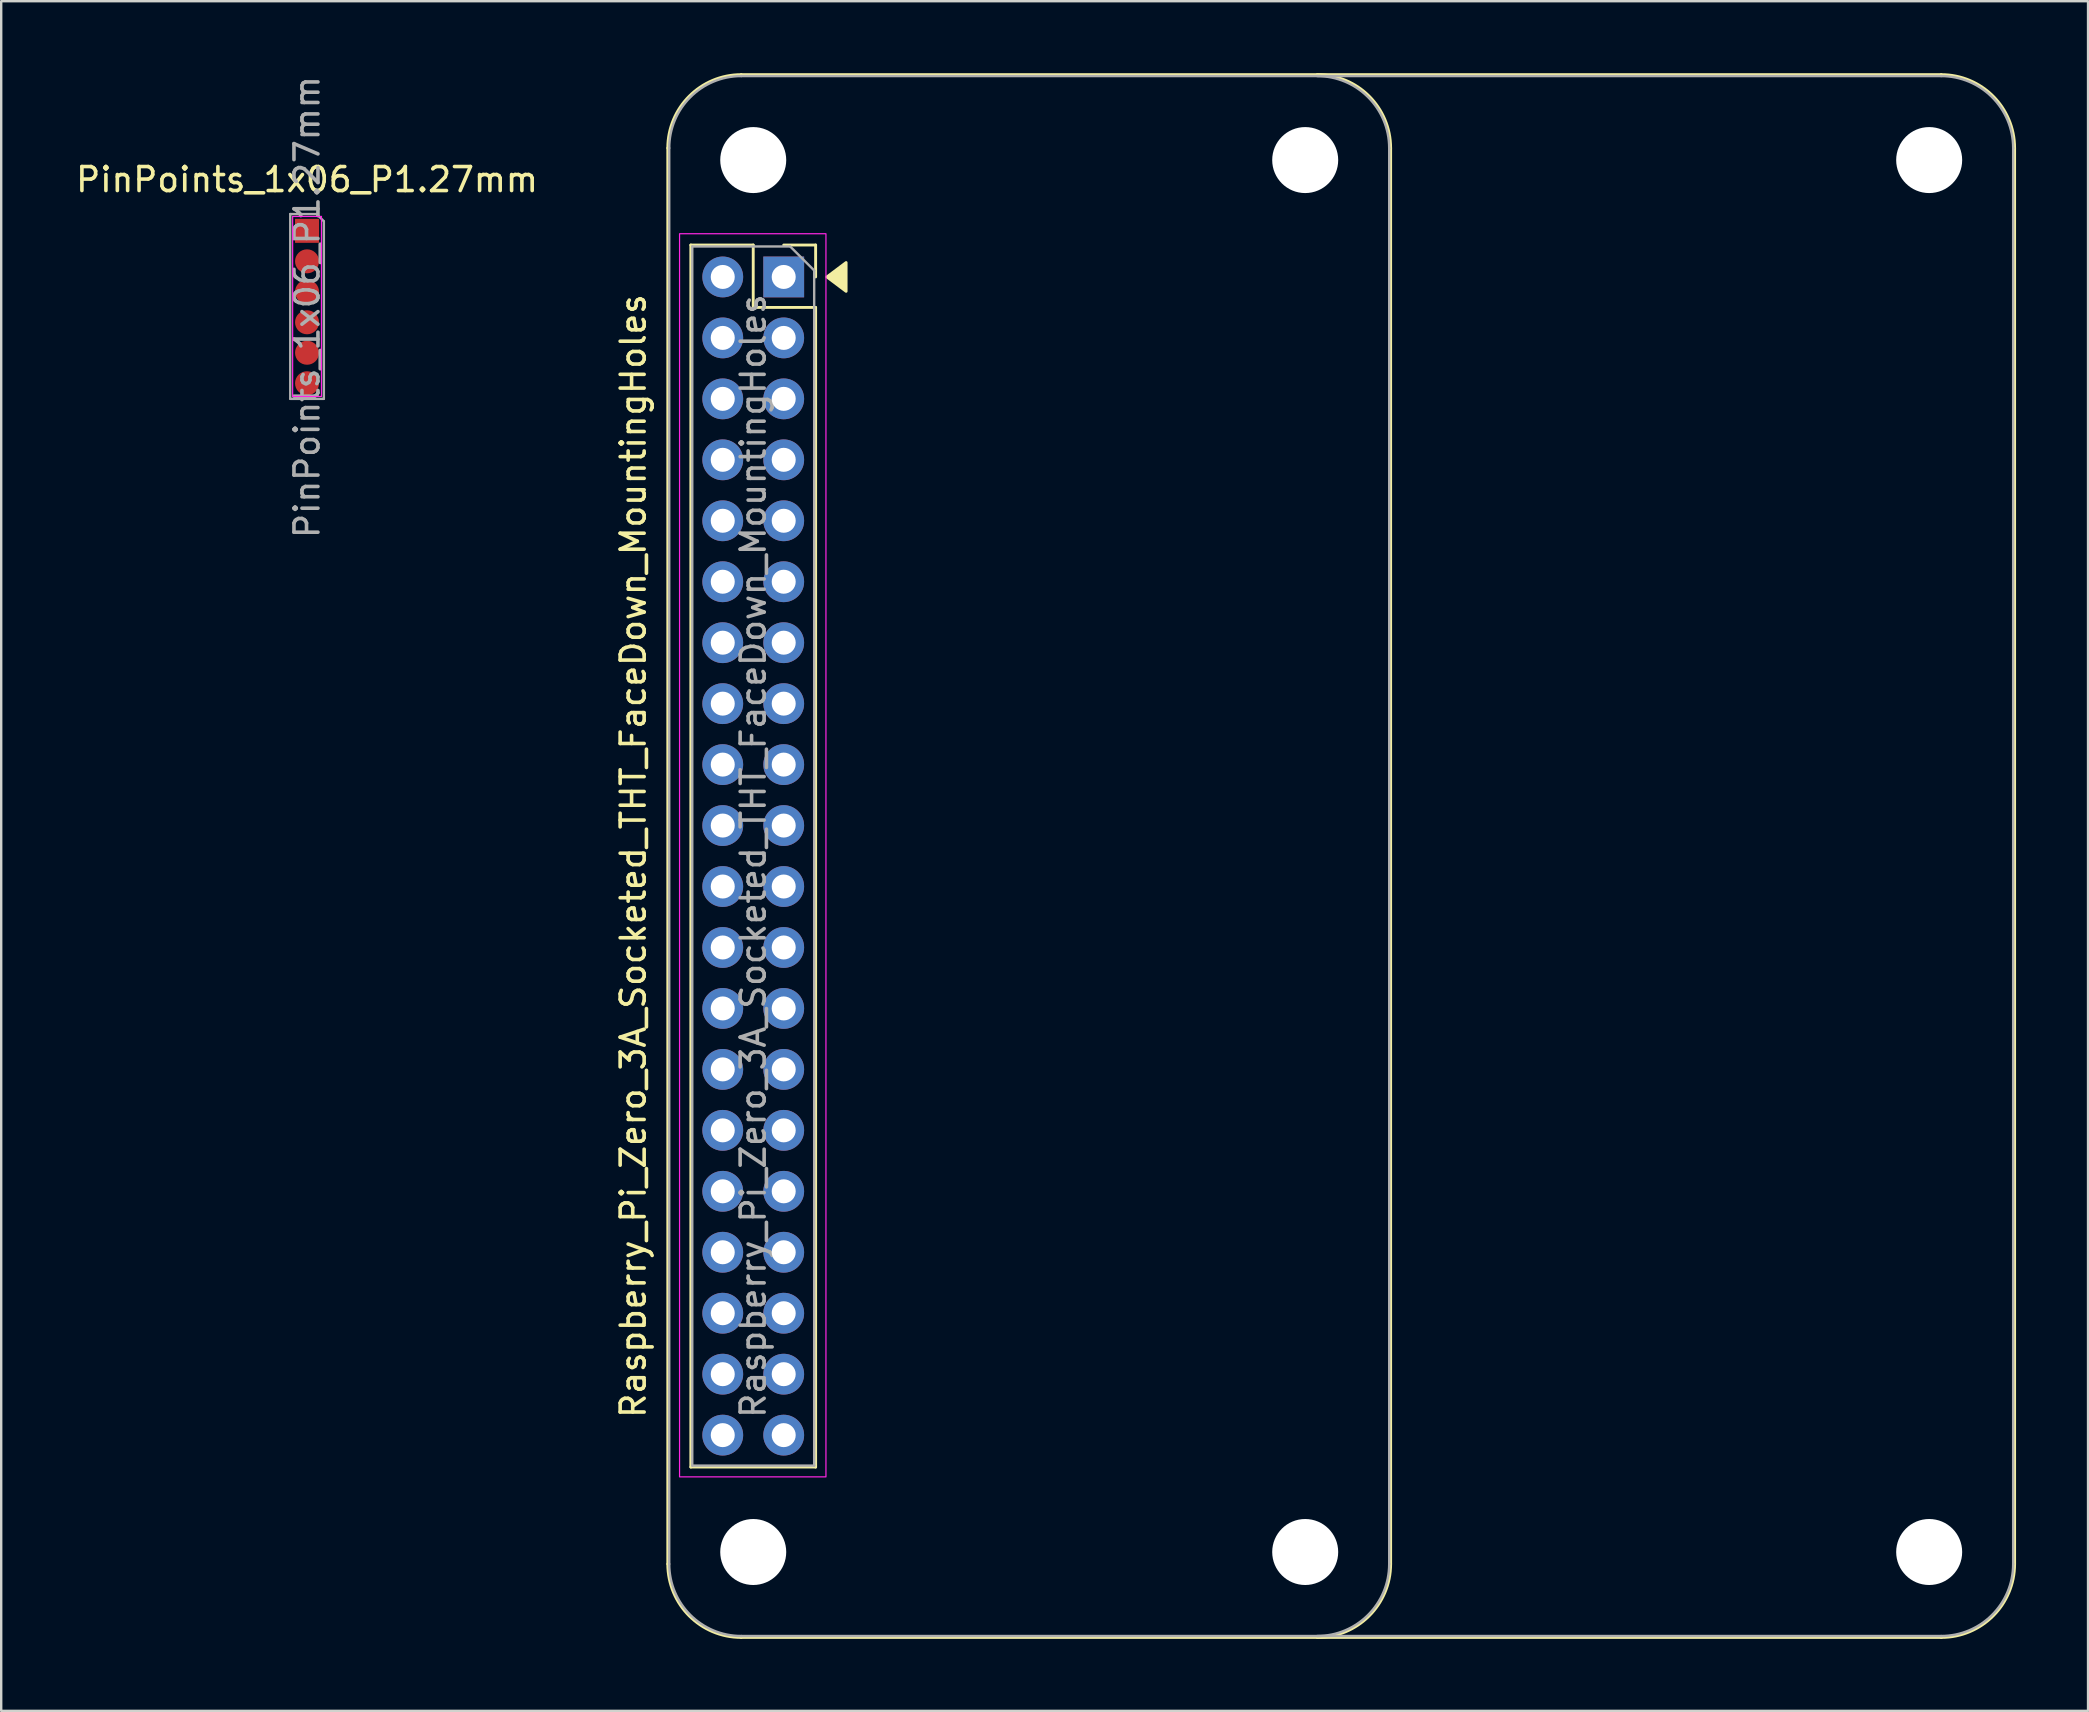
<source format=kicad_pcb>
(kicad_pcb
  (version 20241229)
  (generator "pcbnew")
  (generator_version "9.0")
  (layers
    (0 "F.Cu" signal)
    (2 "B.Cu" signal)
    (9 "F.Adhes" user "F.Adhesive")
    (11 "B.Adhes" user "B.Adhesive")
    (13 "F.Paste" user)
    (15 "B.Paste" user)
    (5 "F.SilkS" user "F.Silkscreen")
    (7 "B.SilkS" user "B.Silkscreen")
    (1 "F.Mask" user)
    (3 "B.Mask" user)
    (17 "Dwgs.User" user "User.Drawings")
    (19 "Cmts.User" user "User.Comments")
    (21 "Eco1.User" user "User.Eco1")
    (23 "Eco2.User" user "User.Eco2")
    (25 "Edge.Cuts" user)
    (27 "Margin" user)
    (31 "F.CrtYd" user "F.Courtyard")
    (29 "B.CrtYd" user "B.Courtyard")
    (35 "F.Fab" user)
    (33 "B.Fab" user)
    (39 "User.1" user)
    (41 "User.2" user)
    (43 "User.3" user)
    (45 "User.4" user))
  (footprint "Raspberry_Pi_Zero_3A_Socketed_THT_FaceDown_MountingHoles"
    (layer "F.Cu")
    (at 29.606 8.49)
    (property "Reference" "Raspberry_Pi_Zero_3A_Socketed_THT_FaceDown_MountingHoles" (at -6.27 24.13 90) (layer "F.SilkS") (effects (font (size 1 1) (thickness 0.15))))
    (attr through_hole)
    (fp_line (start -4.83 53.63) (end -4.83 -5.37) (stroke (width 0.12) (type solid)) (layer "F.SilkS"))
    (fp_line (start -3.87 -1.33) (end -3.87 49.59) (stroke (width 0.12) (type solid)) (layer "F.SilkS"))
    (fp_line (start -3.87 -1.33) (end -1.27 -1.33) (stroke (width 0.12) (type solid)) (layer "F.SilkS"))
    (fp_line (start -3.87 49.59) (end 1.33 49.59) (stroke (width 0.12) (type solid)) (layer "F.SilkS"))
    (fp_line (start -1.77 -8.43) (end 48.23 -8.43) (stroke (width 0.12) (type solid)) (layer "F.SilkS"))
    (fp_line (start -1.27 -1.33) (end -1.27 1.27) (stroke (width 0.12) (type solid)) (layer "F.SilkS"))
    (fp_line (start -1.27 1.27) (end 1.33 1.27) (stroke (width 0.12) (type solid)) (layer "F.SilkS"))
    (fp_line (start 0 -1.33) (end 1.33 -1.33) (stroke (width 0.12) (type solid)) (layer "F.SilkS"))
    (fp_line (start 1.33 -1.33) (end 1.33 0) (stroke (width 0.12) (type solid)) (layer "F.SilkS"))
    (fp_line (start 1.33 1.27) (end 1.33 49.59) (stroke (width 0.12) (type solid)) (layer "F.SilkS"))
    (fp_line (start 25.29 53.63) (end 25.29 -5.37) (stroke (width 0.12) (type solid)) (layer "F.SilkS"))
    (fp_line (start 48.23 56.69) (end -1.77 56.69) (stroke (width 0.12) (type solid)) (layer "F.SilkS"))
    (fp_line (start 51.29 53.63) (end 51.29 -5.37) (stroke (width 0.12) (type solid)) (layer "F.SilkS"))
    (fp_arc (start -4.83 -5.37) (mid -3.933747 -7.533747) (end -1.77 -8.43) (stroke (width 0.12) (type solid)) (layer "F.SilkS"))
    (fp_arc (start -1.77 56.69) (mid -3.933747 55.793747) (end -4.83 53.63) (stroke (width 0.12) (type solid)) (layer "F.SilkS"))
    (fp_arc (start 22.23 -8.43) (mid 24.393747 -7.533747) (end 25.29 -5.37) (stroke (width 0.12) (type solid)) (layer "F.SilkS"))
    (fp_arc (start 25.29 53.63) (mid 24.393747 55.793747) (end 22.23 56.69) (stroke (width 0.12) (type solid)) (layer "F.SilkS"))
    (fp_arc (start 48.23 -8.43) (mid 50.393747 -7.533747) (end 51.29 -5.37) (stroke (width 0.12) (type solid)) (layer "F.SilkS"))
    (fp_arc (start 51.29 53.63) (mid 50.393747 55.793747) (end 48.23 56.69) (stroke (width 0.12) (type solid)) (layer "F.SilkS"))
    (fp_poly (pts (xy 1.8 0) (xy 2.6 -0.6) (xy 2.6 0.6)) (stroke (width 0.12) (type solid)) (fill yes) (layer "F.SilkS"))
    (fp_rect (start -4.34 -1.8) (end 1.76 50) (stroke (width 0.05) (type default)) (fill no) (layer "F.CrtYd"))
    (fp_line (start -4.77 53.63) (end -4.77 -5.37) (stroke (width 0.1) (type solid)) (layer "F.Fab"))
    (fp_line (start -3.81 -1.27) (end 0.27 -1.27) (stroke (width 0.1) (type solid)) (layer "F.Fab"))
    (fp_line (start -3.81 49.53) (end -3.81 -1.27) (stroke (width 0.1) (type solid)) (layer "F.Fab"))
    (fp_line (start -1.77 -8.37) (end 48.23 -8.37) (stroke (width 0.1) (type solid)) (layer "F.Fab"))
    (fp_line (start -1.77 56.63) (end 48.23 56.63) (stroke (width 0.1) (type solid)) (layer "F.Fab"))
    (fp_line (start 0.27 -1.27) (end 1.27 -0.27) (stroke (width 0.1) (type solid)) (layer "F.Fab"))
    (fp_line (start 1.27 -0.27) (end 1.27 49.53) (stroke (width 0.1) (type solid)) (layer "F.Fab"))
    (fp_line (start 1.27 49.53) (end -3.81 49.53) (stroke (width 0.1) (type solid)) (layer "F.Fab"))
    (fp_line (start 25.23 -5.37) (end 25.23 53.63) (stroke (width 0.1) (type solid)) (layer "F.Fab"))
    (fp_line (start 51.23 -5.37) (end 51.23 53.63) (stroke (width 0.1) (type solid)) (layer "F.Fab"))
    (fp_arc (start -4.77 -5.37) (mid -3.89132 -7.49132) (end -1.77 -8.37) (stroke (width 0.1) (type solid)) (layer "F.Fab"))
    (fp_arc (start -1.77 56.63) (mid -3.89132 55.75132) (end -4.77 53.63) (stroke (width 0.1) (type solid)) (layer "F.Fab"))
    (fp_arc (start 22.23 -8.37) (mid 24.35132 -7.49132) (end 25.23 -5.37) (stroke (width 0.1) (type solid)) (layer "F.Fab"))
    (fp_arc (start 25.23 53.63) (mid 24.35132 55.75132) (end 22.23 56.63) (stroke (width 0.1) (type solid)) (layer "F.Fab"))
    (fp_arc (start 48.23 -8.37) (mid 50.35132 -7.49132) (end 51.23 -5.37) (stroke (width 0.1) (type solid)) (layer "F.Fab"))
    (fp_arc (start 51.23 53.63) (mid 50.35132 55.75132) (end 48.23 56.63) (stroke (width 0.1) (type solid)) (layer "F.Fab"))
    (fp_text user "${REFERENCE}" (at -1.27 24.13 90) (layer "F.Fab") (effects (font (size 1 1) (thickness 0.15))))
    (pad "" np_thru_hole circle (at -1.27 -4.87 90) (size 2.75 2.75) (drill 2.75) (layers "*.Cu" "*.Mask"))
    (pad "" np_thru_hole circle (at -1.27 53.13 90) (size 2.75 2.75) (drill 2.75) (layers "*.Cu" "*.Mask"))
    (pad "" np_thru_hole circle (at 21.73 -4.87 90) (size 2.75 2.75) (drill 2.75) (layers "*.Cu" "*.Mask"))
    (pad "" np_thru_hole circle (at 21.73 53.13 90) (size 2.75 2.75) (drill 2.75) (layers "*.Cu" "*.Mask"))
    (pad "" np_thru_hole circle (at 47.73 -4.87 90) (size 2.75 2.75) (drill 2.75) (layers "*.Cu" "*.Mask"))
    (pad "" np_thru_hole circle (at 47.73 53.13 90) (size 2.75 2.75) (drill 2.75) (layers "*.Cu" "*.Mask"))
    (pad "1" thru_hole rect (at 0 0) (size 1.7 1.7) (drill 1) (layers "*.Cu" "*.Mask"))
    (pad "2" thru_hole oval (at -2.54 0) (size 1.7 1.7) (drill 1) (layers "*.Cu" "*.Mask"))
    (pad "3" thru_hole oval (at 0 2.54) (size 1.7 1.7) (drill 1) (layers "*.Cu" "*.Mask"))
    (pad "4" thru_hole oval (at -2.54 2.54) (size 1.7 1.7) (drill 1) (layers "*.Cu" "*.Mask"))
    (pad "5" thru_hole oval (at 0 5.08) (size 1.7 1.7) (drill 1) (layers "*.Cu" "*.Mask"))
    (pad "6" thru_hole oval (at -2.54 5.08) (size 1.7 1.7) (drill 1) (layers "*.Cu" "*.Mask"))
    (pad "7" thru_hole oval (at 0 7.62) (size 1.7 1.7) (drill 1) (layers "*.Cu" "*.Mask"))
    (pad "8" thru_hole oval (at -2.54 7.62) (size 1.7 1.7) (drill 1) (layers "*.Cu" "*.Mask"))
    (pad "9" thru_hole oval (at 0 10.16) (size 1.7 1.7) (drill 1) (layers "*.Cu" "*.Mask"))
    (pad "10" thru_hole oval (at -2.54 10.16) (size 1.7 1.7) (drill 1) (layers "*.Cu" "*.Mask"))
    (pad "11" thru_hole oval (at 0 12.7) (size 1.7 1.7) (drill 1) (layers "*.Cu" "*.Mask"))
    (pad "12" thru_hole oval (at -2.54 12.7) (size 1.7 1.7) (drill 1) (layers "*.Cu" "*.Mask"))
    (pad "13" thru_hole oval (at 0 15.24) (size 1.7 1.7) (drill 1) (layers "*.Cu" "*.Mask"))
    (pad "14" thru_hole oval (at -2.54 15.24) (size 1.7 1.7) (drill 1) (layers "*.Cu" "*.Mask"))
    (pad "15" thru_hole oval (at 0 17.78) (size 1.7 1.7) (drill 1) (layers "*.Cu" "*.Mask"))
    (pad "16" thru_hole oval (at -2.54 17.78) (size 1.7 1.7) (drill 1) (layers "*.Cu" "*.Mask"))
    (pad "17" thru_hole oval (at 0 20.32) (size 1.7 1.7) (drill 1) (layers "*.Cu" "*.Mask"))
    (pad "18" thru_hole oval (at -2.54 20.32) (size 1.7 1.7) (drill 1) (layers "*.Cu" "*.Mask"))
    (pad "19" thru_hole oval (at 0 22.86) (size 1.7 1.7) (drill 1) (layers "*.Cu" "*.Mask"))
    (pad "20" thru_hole oval (at -2.54 22.86) (size 1.7 1.7) (drill 1) (layers "*.Cu" "*.Mask"))
    (pad "21" thru_hole oval (at 0 25.4) (size 1.7 1.7) (drill 1) (layers "*.Cu" "*.Mask"))
    (pad "22" thru_hole oval (at -2.54 25.4) (size 1.7 1.7) (drill 1) (layers "*.Cu" "*.Mask"))
    (pad "23" thru_hole oval (at 0 27.94) (size 1.7 1.7) (drill 1) (layers "*.Cu" "*.Mask"))
    (pad "24" thru_hole oval (at -2.54 27.94) (size 1.7 1.7) (drill 1) (layers "*.Cu" "*.Mask"))
    (pad "25" thru_hole oval (at 0 30.48) (size 1.7 1.7) (drill 1) (layers "*.Cu" "*.Mask"))
    (pad "26" thru_hole oval (at -2.54 30.48) (size 1.7 1.7) (drill 1) (layers "*.Cu" "*.Mask"))
    (pad "27" thru_hole oval (at 0 33.02) (size 1.7 1.7) (drill 1) (layers "*.Cu" "*.Mask"))
    (pad "28" thru_hole oval (at -2.54 33.02) (size 1.7 1.7) (drill 1) (layers "*.Cu" "*.Mask"))
    (pad "29" thru_hole oval (at 0 35.56) (size 1.7 1.7) (drill 1) (layers "*.Cu" "*.Mask"))
    (pad "30" thru_hole oval (at -2.54 35.56) (size 1.7 1.7) (drill 1) (layers "*.Cu" "*.Mask"))
    (pad "31" thru_hole oval (at 0 38.1) (size 1.7 1.7) (drill 1) (layers "*.Cu" "*.Mask"))
    (pad "32" thru_hole oval (at -2.54 38.1) (size 1.7 1.7) (drill 1) (layers "*.Cu" "*.Mask"))
    (pad "33" thru_hole oval (at 0 40.64) (size 1.7 1.7) (drill 1) (layers "*.Cu" "*.Mask"))
    (pad "34" thru_hole oval (at -2.54 40.64) (size 1.7 1.7) (drill 1) (layers "*.Cu" "*.Mask"))
    (pad "35" thru_hole oval (at 0 43.18) (size 1.7 1.7) (drill 1) (layers "*.Cu" "*.Mask"))
    (pad "36" thru_hole oval (at -2.54 43.18) (size 1.7 1.7) (drill 1) (layers "*.Cu" "*.Mask"))
    (pad "37" thru_hole oval (at 0 45.72) (size 1.7 1.7) (drill 1) (layers "*.Cu" "*.Mask"))
    (pad "38" thru_hole oval (at -2.54 45.72) (size 1.7 1.7) (drill 1) (layers "*.Cu" "*.Mask"))
    (pad "39" thru_hole oval (at 0 48.26) (size 1.7 1.7) (drill 1) (layers "*.Cu" "*.Mask"))
    (pad "40" thru_hole oval (at -2.54 48.26) (size 1.7 1.7) (drill 1) (layers "*.Cu" "*.Mask")))
  (footprint "PinPoints_1x06_P1.27mm"
    (layer "F.Cu")
    (at 9.744 6.569)
    (property "Reference" "PinPoints_1x06_P1.27mm" (at 0 -2.135 0) (layer "F.SilkS") (effects (font (size 1 1) (thickness 0.15))))
    (attr through_hole)
    (fp_line (start -0.6 -0.6) (end 0.6 -0.6) (stroke (width 0.05) (type solid)) (layer "F.CrtYd"))
    (fp_line (start -0.6 6.9) (end -0.6 -0.6) (stroke (width 0.05) (type solid)) (layer "F.CrtYd"))
    (fp_line (start 0.6 -0.6) (end 0.6 6.9) (stroke (width 0.05) (type solid)) (layer "F.CrtYd"))
    (fp_line (start 0.6 6.9) (end -0.6 6.9) (stroke (width 0.05) (type solid)) (layer "F.CrtYd"))
    (fp_line (start -0.7 -0.7) (end 0.4 -0.7) (stroke (width 0.1) (type solid)) (layer "F.Fab"))
    (fp_line (start -0.7 7) (end -0.7 -0.7) (stroke (width 0.1) (type solid)) (layer "F.Fab"))
    (fp_line (start 0.4 -0.7) (end 0.7 -0.4) (stroke (width 0.1) (type solid)) (layer "F.Fab"))
    (fp_line (start 0.7 -0.4) (end 0.7 7) (stroke (width 0.1) (type solid)) (layer "F.Fab"))
    (fp_line (start 0.7 7) (end -0.7 7) (stroke (width 0.1) (type solid)) (layer "F.Fab"))
    (fp_text user "${REFERENCE}" (at 0 3.175 90) (layer "F.Fab") (effects (font (size 1 1) (thickness 0.15))))
    (pad "1" smd rect (at 0 0) (size 1 1) (layers "F.Cu" "F.Mask" "F.Paste"))
    (pad "2" smd oval (at 0 1.27) (size 1 1) (layers "F.Cu" "F.Mask" "F.Paste"))
    (pad "3" smd oval (at 0 2.54) (size 1 1) (layers "F.Cu" "F.Mask" "F.Paste"))
    (pad "4" smd oval (at 0 3.81) (size 1 1) (layers "F.Cu" "F.Mask" "F.Paste"))
    (pad "5" smd oval (at 0 5.08) (size 1 1) (layers "F.Cu" "F.Mask" "F.Paste"))
    (pad "6" smd oval (at 0 6.35) (size 1 1) (layers "F.Cu" "F.Mask" "F.Paste")))
  (gr_rect
    (start -3 -3)
    (end 83.956 68.24)
    (stroke (width 0.1) (type default))
    (fill no)
    (layer "Edge.Cuts")))
</source>
